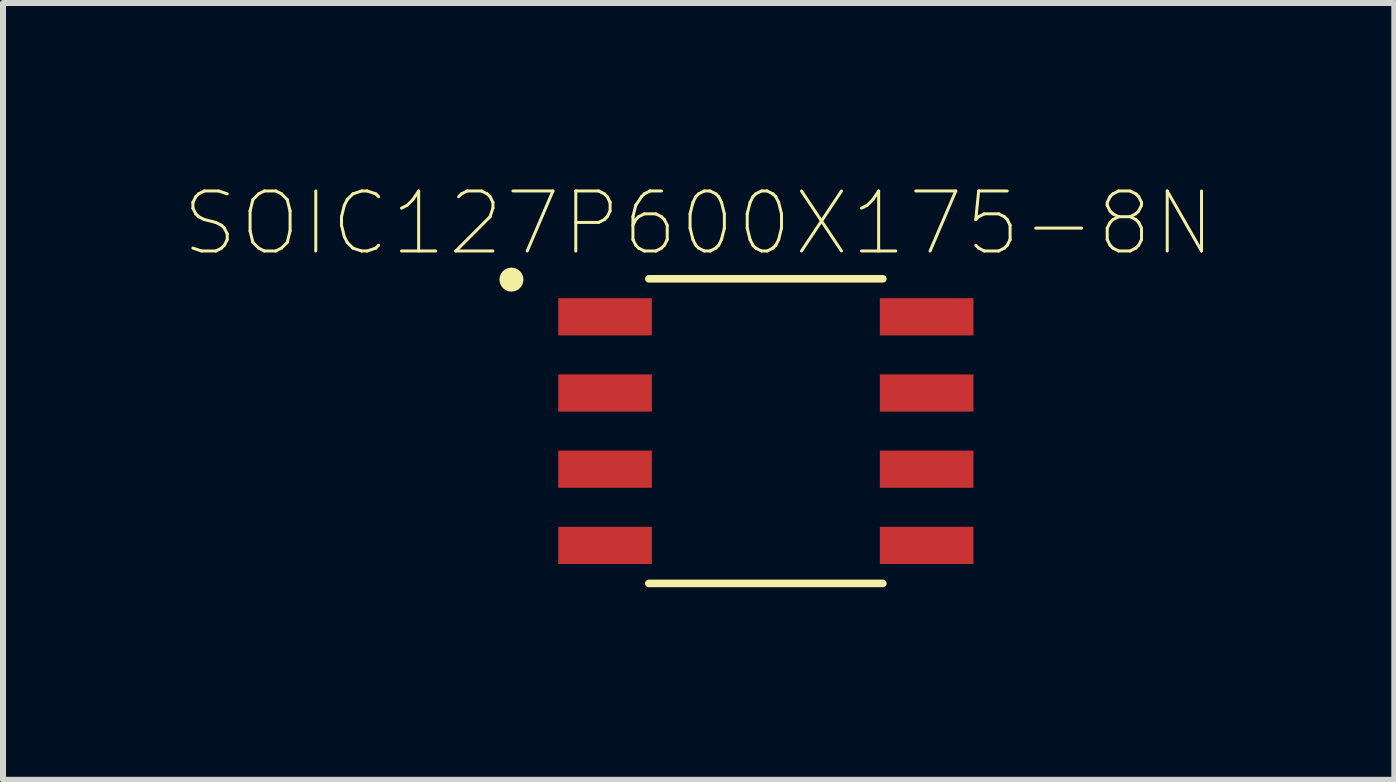
<source format=kicad_pcb>
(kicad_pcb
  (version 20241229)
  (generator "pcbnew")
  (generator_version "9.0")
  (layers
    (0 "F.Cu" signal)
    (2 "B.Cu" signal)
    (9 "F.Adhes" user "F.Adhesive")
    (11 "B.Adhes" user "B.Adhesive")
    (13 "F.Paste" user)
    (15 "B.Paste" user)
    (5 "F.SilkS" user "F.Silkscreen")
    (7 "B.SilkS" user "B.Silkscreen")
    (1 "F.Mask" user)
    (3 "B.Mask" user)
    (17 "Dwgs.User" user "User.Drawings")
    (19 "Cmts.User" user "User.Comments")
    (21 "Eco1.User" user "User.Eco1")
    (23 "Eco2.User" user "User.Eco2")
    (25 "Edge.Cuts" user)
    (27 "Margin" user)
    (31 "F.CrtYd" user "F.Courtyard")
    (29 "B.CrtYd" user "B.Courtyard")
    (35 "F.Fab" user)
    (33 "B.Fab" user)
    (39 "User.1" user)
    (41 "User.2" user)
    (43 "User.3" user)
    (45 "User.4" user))
  (footprint "SOIC127P600X175-8N"
    (layer "F.Cu")
    (at 9.714 4.135)
    (property "Reference" "SOIC127P600X175-8N" (at -1.12 -3.462 0) (layer "F.SilkS") (effects (font (size 1 1) (thickness 0.05))))
    (attr smd)
    (fp_line (start -1.95 -2.538) (end 1.95 -2.538) (stroke (width 0.127) (type solid)) (layer "F.SilkS"))
    (fp_line (start -1.95 2.538) (end 1.95 2.538) (stroke (width 0.127) (type solid)) (layer "F.SilkS"))
    (fp_circle (center -4.24 -2.525) (end -4.04 -2.525) (stroke (width 0) (type solid)) (fill yes) (layer "F.SilkS"))
    (fp_line (start -3.71 -2.788) (end -3.71 2.788) (stroke (width 0.05) (type solid)) (layer "Eco1.User"))
    (fp_line (start -3.71 -2.788) (end 3.71 -2.788) (stroke (width 0.05) (type solid)) (layer "Eco1.User"))
    (fp_line (start -3.71 2.788) (end 3.71 2.788) (stroke (width 0.05) (type solid)) (layer "Eco1.User"))
    (fp_line (start 3.71 -2.788) (end 3.71 2.788) (stroke (width 0.05) (type solid)) (layer "Eco1.User"))
    (fp_line (start -1.95 -2.538) (end -1.95 2.538) (stroke (width 0.127) (type solid)) (layer "Eco2.User"))
    (fp_line (start -1.95 -2.538) (end 1.95 -2.538) (stroke (width 0.127) (type solid)) (layer "Eco2.User"))
    (fp_line (start -1.95 2.538) (end 1.95 2.538) (stroke (width 0.127) (type solid)) (layer "Eco2.User"))
    (fp_line (start 1.95 -2.538) (end 1.95 2.538) (stroke (width 0.127) (type solid)) (layer "Eco2.User"))
    (fp_circle (center -4.24 -2.525) (end -4.04 -2.525) (stroke (width 0) (type solid)) (fill yes) (layer "Eco2.User"))
    (pad "1" smd rect (at -2.68 -1.905) (size 1.56 0.62) (layers "F.Cu" "F.Mask" "F.Paste"))
    (pad "2" smd rect (at -2.68 -0.635) (size 1.56 0.62) (layers "F.Cu" "F.Mask" "F.Paste"))
    (pad "3" smd rect (at -2.68 0.635) (size 1.56 0.62) (layers "F.Cu" "F.Mask" "F.Paste"))
    (pad "4" smd rect (at -2.68 1.905) (size 1.56 0.62) (layers "F.Cu" "F.Mask" "F.Paste"))
    (pad "5" smd rect (at 2.68 1.905) (size 1.56 0.62) (layers "F.Cu" "F.Mask" "F.Paste"))
    (pad "6" smd rect (at 2.68 0.635) (size 1.56 0.62) (layers "F.Cu" "F.Mask" "F.Paste"))
    (pad "7" smd rect (at 2.68 -0.635) (size 1.56 0.62) (layers "F.Cu" "F.Mask" "F.Paste"))
    (pad "8" smd rect (at 2.68 -1.905) (size 1.56 0.62) (layers "F.Cu" "F.Mask" "F.Paste")))
  (gr_rect
    (start -3 -3)
    (end 20.188 9.947)
    (stroke (width 0.1) (type default))
    (fill no)
    (layer "Edge.Cuts")))
</source>
